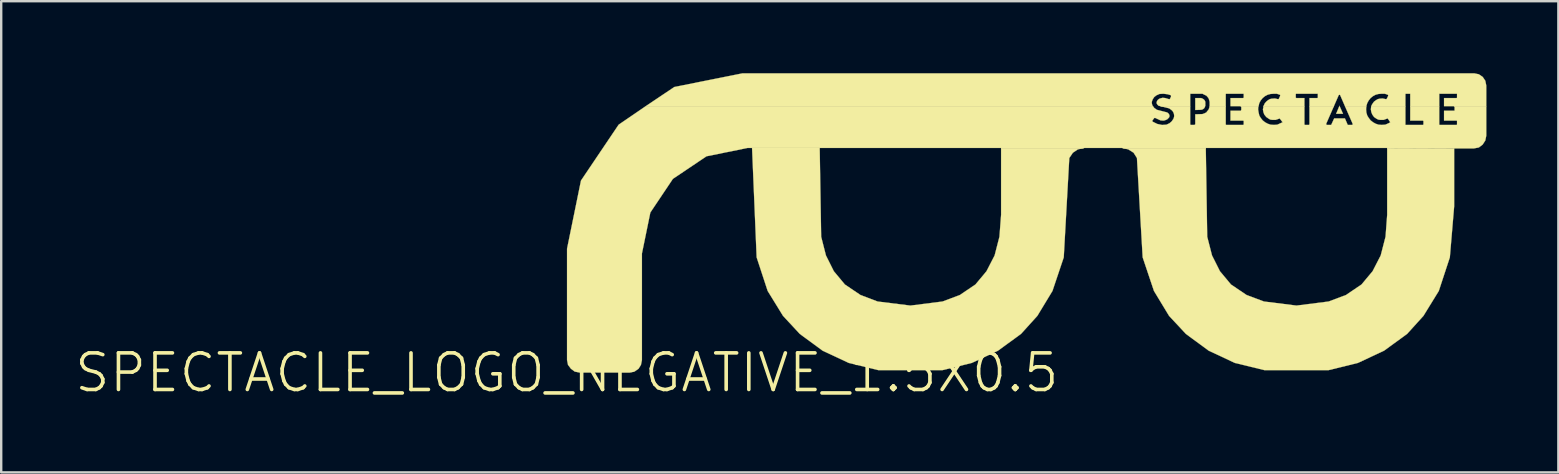
<source format=kicad_pcb>
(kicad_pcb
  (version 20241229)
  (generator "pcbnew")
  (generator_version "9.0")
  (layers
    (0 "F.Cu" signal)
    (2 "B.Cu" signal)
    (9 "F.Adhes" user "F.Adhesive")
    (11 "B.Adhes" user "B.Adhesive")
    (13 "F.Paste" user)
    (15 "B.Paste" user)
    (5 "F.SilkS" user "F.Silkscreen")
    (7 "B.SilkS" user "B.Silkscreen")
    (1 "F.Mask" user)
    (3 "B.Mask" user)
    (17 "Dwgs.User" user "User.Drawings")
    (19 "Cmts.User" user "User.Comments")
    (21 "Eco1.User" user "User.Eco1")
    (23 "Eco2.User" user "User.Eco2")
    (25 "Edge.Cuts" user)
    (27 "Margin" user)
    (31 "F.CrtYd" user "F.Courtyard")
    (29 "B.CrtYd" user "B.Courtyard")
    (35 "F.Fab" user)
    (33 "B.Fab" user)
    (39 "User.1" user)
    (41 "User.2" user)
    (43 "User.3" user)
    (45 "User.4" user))
  (footprint "SPECTACLE_LOGO_NEGATIVE_1.5X0.5"
    (layer "F.Cu")
    (at 20.574 12.484)
    (property "Reference" "SPECTACLE_LOGO_NEGATIVE_1.5X0.5" (at 0 0 0) (layer "F.SilkS") (effects (font (size 1.524 1.524) (thickness 0.15))))
    (attr exclude_from_pos_files exclude_from_bom)
    (fp_poly (pts (xy 32.2 -11.128) (xy 32.189 -11.11) (xy 32.21 -11.11)) (stroke (width 0.01) (type solid)) (fill yes) (layer "F.SilkS"))
    (fp_poly (pts (xy 32.06 -10.79) (xy 32.349 -10.79) (xy 32.21 -11.1) (xy 32.189 -11.1)) (stroke (width 0.01) (type solid)) (fill yes) (layer "F.SilkS"))
    (fp_poly (pts (xy 26.19 -11.448) (xy 26.19 -10.95) (xy 26.429 -10.958) (xy 26.48 -10.968) (xy 26.518 -10.988) (xy 26.558 -11.019) (xy 26.589 -11.069) (xy 26.599 -11.11) (xy 26.609 -11.11) (xy 26.609 -11.288) (xy 26.589 -11.339) (xy 26.558 -11.379) (xy 26.518 -11.41) (xy 26.48 -11.43) (xy 26.429 -11.448) (xy 26.368 -11.448)) (stroke (width 0.01) (type solid)) (fill yes) (layer "F.SilkS"))
    (fp_poly (pts (xy 7.719 -9.368) (xy 7.91 -4.808) (xy 8.369 -3.409) (xy 9.009 -2.37) (xy 9.708 -1.618) (xy 10.658 -0.919) (xy 11.748 -0.409) (xy 12.979 -0.109) (xy 15.659 -0.109) (xy 16.878 -0.409) (xy 17.968 -0.919) (xy 18.928 -1.618) (xy 19.609 -2.37) (xy 20.239 -3.409) (xy 20.709 -4.808) (xy 20.94 -8.948) (xy 21.09 -9.169) (xy 21.298 -9.309) (xy 21.539 -9.36) (xy 18.098 -9.36) (xy 18.098 -6.579) (xy 18.029 -5.669) (xy 17.828 -4.889) (xy 17.488 -4.229) (xy 17.028 -3.678) (xy 16.378 -3.239) (xy 15.659 -2.969) (xy 14.318 -2.799) (xy 12.949 -2.969) (xy 12.238 -3.239) (xy 11.587 -3.678) (xy 11.128 -4.229) (xy 10.798 -4.889) (xy 10.599 -5.669) (xy 10.538 -9.368)) (stroke (width 0.01) (type solid)) (fill yes) (layer "F.SilkS"))
    (fp_poly (pts (xy 23.17 -9.36) (xy 23.398 -9.309) (xy 23.619 -9.169) (xy 23.759 -8.948) (xy 23.998 -4.808) (xy 24.468 -3.409) (xy 25.098 -2.37) (xy 25.799 -1.618) (xy 26.749 -0.919) (xy 27.838 -0.409) (xy 29.068 -0.109) (xy 31.75 -0.109) (xy 32.969 -0.409) (xy 34.059 -0.919) (xy 35.019 -1.618) (xy 35.7 -2.37) (xy 36.34 -3.409) (xy 36.8 -4.808) (xy 36.98 -6.939) (xy 36.98 -9.35) (xy 34.188 -9.36) (xy 34.188 -6.579) (xy 34.12 -5.669) (xy 33.919 -4.889) (xy 33.579 -4.229) (xy 33.119 -3.678) (xy 32.469 -3.239) (xy 31.75 -2.969) (xy 30.409 -2.799) (xy 29.05 -2.969) (xy 28.329 -3.239) (xy 27.678 -3.678) (xy 27.219 -4.229) (xy 26.888 -4.889) (xy 26.688 -5.669) (xy 26.629 -9.36)) (stroke (width 0.01) (type solid)) (fill yes) (layer "F.SilkS"))
    (fp_poly (pts (xy 7.328 -12.479) (xy 4.478 -11.908) (xy 3.289 -11.11) (xy 24.43 -11.11) (xy 24.409 -11.128) (xy 24.389 -11.189) (xy 24.379 -11.239) (xy 24.379 -11.288) (xy 24.399 -11.349) (xy 24.42 -11.4) (xy 24.478 -11.488) (xy 24.569 -11.56) (xy 24.699 -11.618) (xy 24.859 -11.628) (xy 25.029 -11.608) (xy 25.159 -11.57) (xy 25.179 -11.549) (xy 25.179 -11.509) (xy 25.138 -11.42) (xy 25.128 -11.41) (xy 25.118 -11.4) (xy 25.098 -11.4) (xy 24.938 -11.448) (xy 24.828 -11.458) (xy 24.719 -11.43) (xy 24.679 -11.41) (xy 24.628 -11.369) (xy 24.6 -11.328) (xy 24.58 -11.278) (xy 24.58 -11.229) (xy 24.608 -11.179) (xy 24.658 -11.128) (xy 24.74 -11.11) (xy 25.979 -11.11) (xy 25.979 -11.608) (xy 25.989 -11.628) (xy 26.49 -11.628) (xy 26.568 -11.587) (xy 26.65 -11.549) (xy 26.688 -11.509) (xy 26.739 -11.448) (xy 26.769 -11.369) (xy 26.789 -11.288) (xy 26.789 -11.11) (xy 27.46 -11.11) (xy 27.46 -11.608) (xy 27.468 -11.628) (xy 28.199 -11.628) (xy 28.209 -11.608) (xy 28.209 -11.468) (xy 28.199 -11.458) (xy 28.189 -11.448) (xy 27.658 -11.448) (xy 27.658 -11.11) (xy 28.829 -11.11) (xy 28.859 -11.239) (xy 28.918 -11.349) (xy 28.999 -11.448) (xy 29.098 -11.529) (xy 29.21 -11.587) (xy 29.329 -11.618) (xy 29.469 -11.628) (xy 29.588 -11.628) (xy 29.708 -11.587) (xy 29.728 -11.58) (xy 29.728 -11.539) (xy 29.67 -11.41) (xy 29.649 -11.4) (xy 29.639 -11.4) (xy 29.51 -11.43) (xy 29.367 -11.42) (xy 29.289 -11.4) (xy 29.21 -11.349) (xy 29.149 -11.298) (xy 29.088 -11.229) (xy 29.05 -11.148) (xy 29.03 -11.11) (xy 30.739 -11.11) (xy 30.739 -11.448) (xy 30.399 -11.448) (xy 30.389 -11.458) (xy 30.378 -11.468) (xy 30.378 -11.608) (xy 30.389 -11.628) (xy 31.298 -11.628) (xy 31.298 -11.458) (xy 31.278 -11.448) (xy 30.95 -11.448) (xy 30.95 -11.11) (xy 31.968 -11.11) (xy 32.169 -11.57) (xy 32.189 -11.58) (xy 32.2 -11.587) (xy 32.22 -11.58) (xy 32.228 -11.57) (xy 32.428 -11.11) (xy 33.32 -11.11) (xy 33.358 -11.239) (xy 33.419 -11.349) (xy 33.498 -11.448) (xy 33.599 -11.529) (xy 33.708 -11.587) (xy 33.828 -11.618) (xy 33.96 -11.628) (xy 34.089 -11.628) (xy 34.209 -11.587) (xy 34.219 -11.58) (xy 34.229 -11.57) (xy 34.229 -11.539) (xy 34.168 -11.41) (xy 34.158 -11.41) (xy 34.148 -11.4) (xy 34.138 -11.4) (xy 33.998 -11.43) (xy 33.868 -11.42) (xy 33.79 -11.4) (xy 33.708 -11.349) (xy 33.64 -11.298) (xy 33.589 -11.229) (xy 33.538 -11.148) (xy 33.528 -11.11) (xy 34.948 -11.11) (xy 34.948 -11.608) (xy 34.958 -11.628) (xy 35.149 -11.628) (xy 35.149 -11.11) (xy 36.358 -11.11) (xy 36.358 -11.628) (xy 37.099 -11.628) (xy 37.099 -11.458) (xy 37.079 -11.448) (xy 36.558 -11.448) (xy 36.558 -11.11) (xy 38.318 -11.11) (xy 38.318 -11.968) (xy 38.278 -12.169) (xy 38.169 -12.329) (xy 38.009 -12.438) (xy 37.808 -12.479)) (stroke (width 0.01) (type solid)) (fill yes) (layer "F.SilkS"))
    (fp_poly (pts (xy 3.289 -11.11) (xy 2.159 -10.338) (xy 0.589 -8.009) (xy 0.008 -5.169) (xy 0.008 -0.528) (xy 0.048 -0.328) (xy 0.168 -0.168) (xy 0.328 -0.048) (xy 0.528 -0.008) (xy 2.619 -0.008) (xy 2.819 -0.048) (xy 2.99 -0.168) (xy 3.089 -0.328) (xy 3.129 -0.528) (xy 3.129 -4.968) (xy 3.48 -6.678) (xy 4.42 -8.08) (xy 5.819 -9.02) (xy 7.529 -9.368) (xy 18.098 -9.368) (xy 18.098 -9.36) (xy 21.539 -9.36) (xy 21.57 -9.368) (xy 23.139 -9.368) (xy 23.17 -9.36) (xy 26.629 -9.36) (xy 26.629 -9.368) (xy 34.188 -9.368) (xy 34.188 -9.36) (xy 36.98 -9.35) (xy 37.808 -9.35) (xy 38.009 -9.388) (xy 38.169 -9.51) (xy 38.278 -9.68) (xy 38.318 -9.878) (xy 38.318 -11.11) (xy 36.97 -11.11) (xy 36.98 -11.1) (xy 36.987 -11.09) (xy 36.998 -11.09) (xy 36.998 -10.94) (xy 36.987 -10.919) (xy 36.558 -10.919) (xy 36.558 -10.508) (xy 37.079 -10.508) (xy 37.099 -10.498) (xy 37.099 -10.338) (xy 37.079 -10.328) (xy 36.378 -10.328) (xy 36.358 -10.338) (xy 36.358 -11.11) (xy 35.149 -11.11) (xy 35.149 -10.508) (xy 35.679 -10.508) (xy 35.69 -10.498) (xy 35.7 -10.488) (xy 35.7 -10.348) (xy 35.69 -10.338) (xy 35.679 -10.328) (xy 34.948 -10.328) (xy 34.948 -11.11) (xy 33.528 -11.11) (xy 33.518 -11.069) (xy 33.508 -10.978) (xy 33.528 -10.858) (xy 33.569 -10.759) (xy 33.64 -10.658) (xy 33.739 -10.589) (xy 33.818 -10.549) (xy 33.899 -10.538) (xy 34.039 -10.538) (xy 34.178 -10.589) (xy 34.209 -10.599) (xy 34.318 -10.439) (xy 34.249 -10.399) (xy 34.11 -10.338) (xy 33.96 -10.328) (xy 33.828 -10.338) (xy 33.708 -10.378) (xy 33.599 -10.439) (xy 33.498 -10.518) (xy 33.419 -10.62) (xy 33.358 -10.719) (xy 33.32 -10.848) (xy 33.31 -10.978) (xy 33.32 -11.11) (xy 32.428 -11.11) (xy 32.748 -10.378) (xy 32.748 -10.338) (xy 32.728 -10.328) (xy 32.548 -10.328) (xy 32.54 -10.338) (xy 32.428 -10.599) (xy 31.979 -10.599) (xy 31.859 -10.338) (xy 31.849 -10.328) (xy 31.669 -10.328) (xy 31.659 -10.338) (xy 31.648 -10.358) (xy 31.648 -10.378) (xy 31.968 -11.11) (xy 30.95 -11.11) (xy 30.95 -10.358) (xy 30.94 -10.348) (xy 30.94 -10.338) (xy 30.93 -10.328) (xy 30.759 -10.328) (xy 30.749 -10.338) (xy 30.739 -10.348) (xy 30.739 -11.11) (xy 29.03 -11.11) (xy 29.03 -11.069) (xy 29.009 -10.978) (xy 29.03 -10.858) (xy 29.068 -10.759) (xy 29.149 -10.658) (xy 29.248 -10.589) (xy 29.319 -10.549) (xy 29.408 -10.538) (xy 29.538 -10.538) (xy 29.688 -10.589) (xy 29.708 -10.599) (xy 29.83 -10.439) (xy 29.609 -10.338) (xy 29.469 -10.328) (xy 29.329 -10.338) (xy 29.21 -10.378) (xy 29.098 -10.439) (xy 28.999 -10.518) (xy 28.918 -10.62) (xy 28.859 -10.719) (xy 28.829 -10.848) (xy 28.809 -10.978) (xy 28.819 -11.11) (xy 28.08 -11.11) (xy 28.09 -11.1) (xy 28.097 -11.09) (xy 28.108 -11.069) (xy 28.108 -10.95) (xy 28.097 -10.94) (xy 28.097 -10.919) (xy 27.658 -10.919) (xy 27.658 -10.508) (xy 28.189 -10.508) (xy 28.199 -10.498) (xy 28.209 -10.488) (xy 28.209 -10.348) (xy 28.199 -10.338) (xy 28.189 -10.328) (xy 27.478 -10.328) (xy 27.468 -10.338) (xy 27.46 -10.348) (xy 27.46 -11.11) (xy 26.789 -11.11) (xy 26.769 -11.029) (xy 26.739 -10.958) (xy 26.688 -10.899) (xy 26.65 -10.848) (xy 26.568 -10.808) (xy 26.49 -10.78) (xy 26.19 -10.77) (xy 26.19 -10.358) (xy 26.18 -10.348) (xy 26.17 -10.338) (xy 26.17 -10.328) (xy 25.999 -10.328) (xy 25.989 -10.338) (xy 25.979 -10.348) (xy 25.979 -11.11) (xy 24.74 -11.11) (xy 25.098 -11.019) (xy 25.159 -10.978) (xy 25.209 -10.94) (xy 25.248 -10.899) (xy 25.278 -10.848) (xy 25.298 -10.798) (xy 25.309 -10.739) (xy 25.309 -10.678) (xy 25.298 -10.63) (xy 25.278 -10.579) (xy 25.209 -10.477) (xy 25.118 -10.399) (xy 24.989 -10.338) (xy 24.839 -10.328) (xy 24.798 -10.328) (xy 24.608 -10.368) (xy 24.42 -10.46) (xy 24.409 -10.477) (xy 24.399 -10.488) (xy 24.399 -10.498) (xy 24.409 -10.518) (xy 24.478 -10.61) (xy 24.488 -10.62) (xy 24.519 -10.62) (xy 24.74 -10.518) (xy 24.859 -10.508) (xy 24.92 -10.518) (xy 24.968 -10.538) (xy 25.019 -10.559) (xy 25.06 -10.599) (xy 25.098 -10.638) (xy 25.118 -10.698) (xy 25.108 -10.749) (xy 25.08 -10.798) (xy 25.019 -10.848) (xy 24.59 -10.958) (xy 24.478 -11.039) (xy 24.44 -11.09) (xy 24.43 -11.11)) (stroke (width 0.01) (type solid)) (fill yes) (layer "F.SilkS")))
  (gr_rect
    (start -3 -3)
    (end 61.897 16.639)
    (stroke (width 0.1) (type default))
    (fill no)
    (layer "Edge.Cuts")))
</source>
